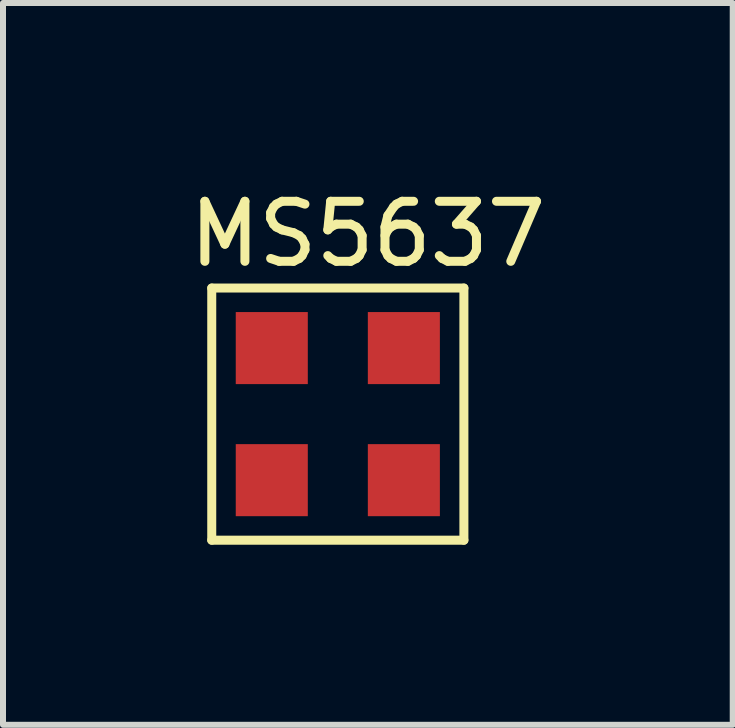
<source format=kicad_pcb>
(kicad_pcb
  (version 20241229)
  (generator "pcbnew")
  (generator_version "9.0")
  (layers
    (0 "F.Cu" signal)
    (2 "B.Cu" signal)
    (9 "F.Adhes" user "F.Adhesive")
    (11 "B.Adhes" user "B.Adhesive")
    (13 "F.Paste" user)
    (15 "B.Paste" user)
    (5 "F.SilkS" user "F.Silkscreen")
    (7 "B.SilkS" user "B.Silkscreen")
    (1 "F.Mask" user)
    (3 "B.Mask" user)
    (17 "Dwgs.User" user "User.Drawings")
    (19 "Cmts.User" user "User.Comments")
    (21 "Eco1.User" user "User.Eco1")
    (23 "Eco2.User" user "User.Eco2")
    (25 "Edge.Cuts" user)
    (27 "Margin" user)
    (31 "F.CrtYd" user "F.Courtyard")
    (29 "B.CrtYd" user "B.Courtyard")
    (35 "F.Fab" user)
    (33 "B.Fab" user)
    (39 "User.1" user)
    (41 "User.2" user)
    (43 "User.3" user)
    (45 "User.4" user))
  (footprint "MS5637"
    (layer "F.Cu")
    (at 2.577 3.848)
    (property "Reference" "MS5637" (at 0.5 -3 0) (layer "F.SilkS") (effects (font (size 1 1) (thickness 0.15))))
    (attr through_hole)
    (fp_line (start -2.1 -2.1) (end 2.1 -2.1) (stroke (width 0.15) (type solid)) (layer "F.SilkS"))
    (fp_line (start -2.1 2.1) (end -2.1 -2.1) (stroke (width 0.15) (type solid)) (layer "F.SilkS"))
    (fp_line (start 2.1 -2.1) (end 2.1 2.1) (stroke (width 0.15) (type solid)) (layer "F.SilkS"))
    (fp_line (start 2.1 2.1) (end -2.1 2.1) (stroke (width 0.15) (type solid)) (layer "F.SilkS"))
    (pad "1" smd rect (at -1.1 -1.1) (size 1.2 1.2) (layers "F.Cu" "F.Mask" "F.Paste"))
    (pad "2" smd rect (at -1.1 1.1) (size 1.2 1.2) (layers "F.Cu" "F.Mask" "F.Paste"))
    (pad "3" smd rect (at 1.1 1.1) (size 1.2 1.2) (layers "F.Cu" "F.Mask" "F.Paste"))
    (pad "4" smd rect (at 1.1 -1.1) (size 1.2 1.2) (layers "F.Cu" "F.Mask" "F.Paste")))
  (gr_rect
    (start -3 -3)
    (end 9.155 9.023)
    (stroke (width 0.1) (type default))
    (fill no)
    (layer "Edge.Cuts")))
</source>
